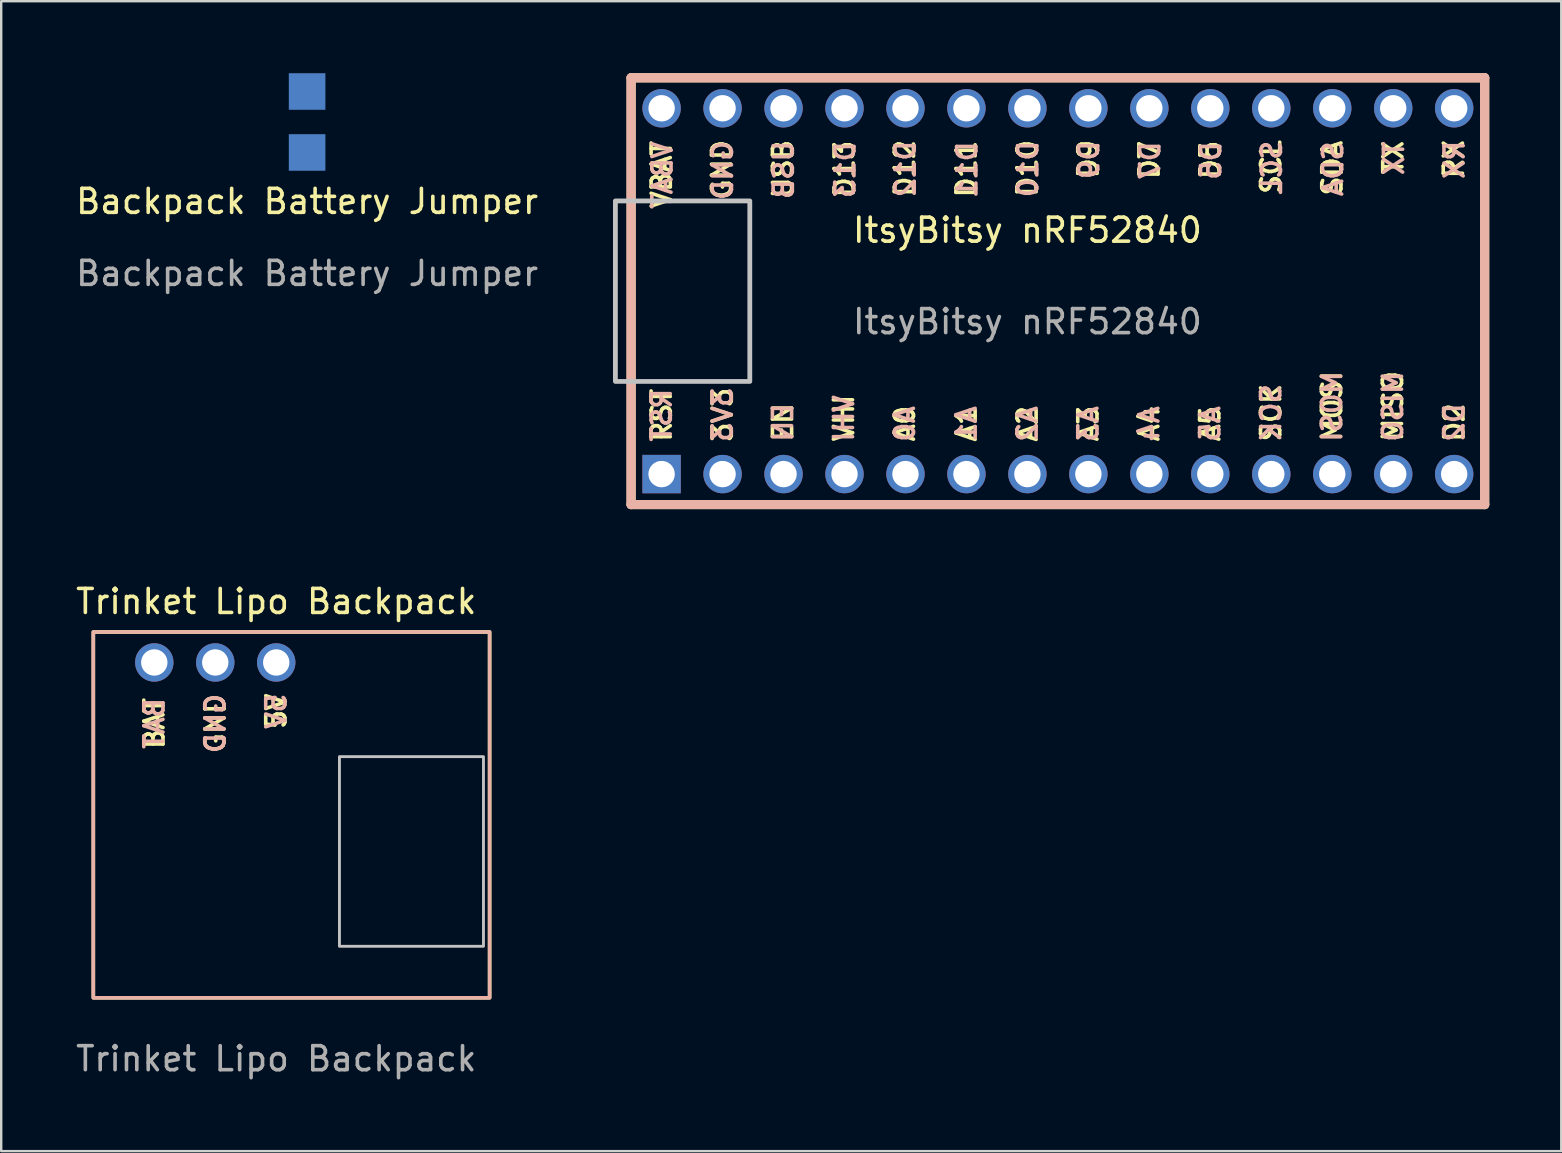
<source format=kicad_pcb>
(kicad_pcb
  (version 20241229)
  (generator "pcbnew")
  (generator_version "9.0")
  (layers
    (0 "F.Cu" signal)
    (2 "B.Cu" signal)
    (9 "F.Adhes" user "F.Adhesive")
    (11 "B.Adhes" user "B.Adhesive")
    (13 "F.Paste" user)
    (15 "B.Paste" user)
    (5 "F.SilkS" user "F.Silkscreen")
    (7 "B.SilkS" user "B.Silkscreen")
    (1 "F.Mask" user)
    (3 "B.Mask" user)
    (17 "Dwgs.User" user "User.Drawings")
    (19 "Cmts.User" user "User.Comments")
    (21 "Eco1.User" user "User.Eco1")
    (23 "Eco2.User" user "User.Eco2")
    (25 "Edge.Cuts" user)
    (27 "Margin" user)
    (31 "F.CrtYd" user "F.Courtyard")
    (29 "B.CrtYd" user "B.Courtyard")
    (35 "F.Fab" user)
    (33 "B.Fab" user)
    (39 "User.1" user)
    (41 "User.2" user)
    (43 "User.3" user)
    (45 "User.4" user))
  (footprint "Trinket Lipo Backpack"
    (layer "F.Cu")
    (at 8.458 32.169)
    (property "Reference" "Trinket Lipo Backpack" (at 0 -10.16 0) (unlocked yes) (layer "F.SilkS") (effects (font (size 1 1) (thickness 0.15))))
    (attr through_hole)
    (fp_rect (start -7.62 -8.89) (end 8.89 6.35) (stroke (width 0.15) (type solid)) (fill no) (layer "F.SilkS"))
    (fp_rect (start 8.89 -8.89) (end -7.62 6.35) (stroke (width 0.15) (type solid)) (fill no) (layer "B.SilkS"))
    (fp_rect (start 8.634 4.204) (end 2.634 -3.696) (stroke (width 0.12) (type solid)) (fill no) (layer "Dwgs.User"))
    (fp_text user "BAT" (at -5.08 -5.08 90) (layer "F.SilkS") (effects (font (size 0.8 0.8) (thickness 0.15))))
    (fp_text user "5V" (at 0 -5.588 90) (layer "F.SilkS") (effects (font (size 0.8 0.8) (thickness 0.15))))
    (fp_text user "GND" (at -2.54 -5.08 90) (layer "F.SilkS") (effects (font (size 0.8 0.8) (thickness 0.15))))
    (fp_text user "GND" (at -2.54 -5.08 90) (layer "B.SilkS") (effects (font (size 0.8 0.8) (thickness 0.15)) (justify mirror)))
    (fp_text user "5V" (at 0 -5.588 90) (layer "B.SilkS") (effects (font (size 0.8 0.8) (thickness 0.15)) (justify mirror)))
    (fp_text user "BAT" (at -5.08 -5.08 90) (layer "B.SilkS") (effects (font (size 0.8 0.8) (thickness 0.15)) (justify mirror)))
    (fp_text user "${REFERENCE}" (at 0 8.89 0) (unlocked yes) (layer "F.Fab") (effects (font (size 1 1) (thickness 0.15))))
    (pad "1" thru_hole circle (at 0 -7.62) (size 1.6 1.6) (drill 1.1) (layers "*.Cu" "*.Mask"))
    (pad "2" thru_hole circle (at -2.54 -7.62) (size 1.6 1.6) (drill 1.1) (layers "*.Cu" "*.Mask"))
    (pad "3" thru_hole circle (at -5.08 -7.62) (size 1.6 1.6) (drill 1.1) (layers "*.Cu" "*.Mask")))
  (footprint "Backpack Battery Jumper"
    (layer "F.Cu")
    (at 9.744 5.842)
    (property "Reference" "Backpack Battery Jumper" (at 0 -0.5 0) (unlocked yes) (layer "F.SilkS") (effects (font (size 1 1) (thickness 0.15))))
    (attr smd)
    (fp_text user "${REFERENCE}" (at 0 2.5 0) (unlocked yes) (layer "F.Fab") (effects (font (size 1 1) (thickness 0.15))))
    (pad "1" smd rect (at 0 -5.08) (size 1.524 1.524) (layers "B.Cu" "B.Mask" "B.Paste"))
    (pad "2" smd rect (at 0 -2.54) (size 1.524 1.524) (layers "B.Cu" "B.Mask" "B.Paste")))
  (footprint "ItsyBitsy nRF52840"
    (layer "F.Cu")
    (at 39.753 7.811)
    (property "Reference" "ItsyBitsy nRF52840" (at 0 -1.27 0) (unlocked yes) (layer "F.SilkS") (effects (font (size 1 1) (thickness 0.15))))
    (attr through_hole)
    (fp_line (start -16.51 -7.62) (end -16.51 10.16) (stroke (width 0.381) (type solid)) (layer "F.SilkS"))
    (fp_line (start -16.51 10.16) (end 19.05 10.16) (stroke (width 0.381) (type solid)) (layer "F.SilkS"))
    (fp_line (start 19.05 -7.62) (end -16.51 -7.62) (stroke (width 0.381) (type solid)) (layer "F.SilkS"))
    (fp_line (start 19.05 10.16) (end 19.05 -7.62) (stroke (width 0.381) (type solid)) (layer "F.SilkS"))
    (fp_line (start -16.51 -7.62) (end 19.05 -7.62) (stroke (width 0.381) (type solid)) (layer "B.SilkS"))
    (fp_line (start -16.51 10.16) (end -16.51 -7.62) (stroke (width 0.381) (type solid)) (layer "B.SilkS"))
    (fp_line (start 19.05 -7.62) (end 19.05 10.16) (stroke (width 0.381) (type solid)) (layer "B.SilkS"))
    (fp_line (start 19.05 10.16) (end -16.51 10.16) (stroke (width 0.381) (type solid)) (layer "B.SilkS"))
    (fp_rect (start -17.165 -2.49) (end -11.565 5.03) (stroke (width 0.2) (type solid)) (fill no) (layer "Dwgs.User"))
    (fp_text user "A1" (at -2.54 7.62 90) (unlocked yes) (layer "F.SilkS") (effects (font (size 0.8 0.8) (thickness 0.15)) (justify left)))
    (fp_text user "3V3" (at -12.7 7.62 90) (unlocked yes) (layer "F.SilkS") (effects (font (size 0.8 0.8) (thickness 0.15)) (justify left)))
    (fp_text user "A3" (at 2.535 7.609 90) (unlocked yes) (layer "F.SilkS") (effects (font (size 0.8 0.8) (thickness 0.15)) (justify left)))
    (fp_text user "A5" (at 7.611 7.609 90) (unlocked yes) (layer "F.SilkS") (effects (font (size 0.8 0.8) (thickness 0.15)) (justify left)))
    (fp_text user "SCK" (at 10.149 7.609 90) (unlocked yes) (layer "F.SilkS") (effects (font (size 0.8 0.8) (thickness 0.15)) (justify left)))
    (fp_text user "D9" (at 2.535 -5.112 90) (unlocked yes) (layer "F.SilkS") (effects (font (size 0.8 0.8) (thickness 0.15)) (justify right)))
    (fp_text user "MISO" (at 15.224 7.609 90) (unlocked yes) (layer "F.SilkS") (effects (font (size 0.8 0.8) (thickness 0.15)) (justify left)))
    (fp_text user "VBAT" (at -15.24 -5.08 90) (unlocked yes) (layer "F.SilkS") (effects (font (size 0.8 0.8) (thickness 0.15)) (justify right)))
    (fp_text user "D12" (at -5.11 -5.112 90) (unlocked yes) (layer "F.SilkS") (effects (font (size 0.8 0.8) (thickness 0.15)) (justify right)))
    (fp_text user "A2" (at 0 7.62 90) (unlocked yes) (layer "F.SilkS") (effects (font (size 0.8 0.8) (thickness 0.15)) (justify left)))
    (fp_text user "D7" (at 5.08 -5.08 90) (unlocked yes) (layer "F.SilkS") (effects (font (size 0.8 0.8) (thickness 0.15)) (justify right)))
    (fp_text user "RST" (at -15.24 7.62 90) (unlocked yes) (layer "F.SilkS") (effects (font (size 0.8 0.8) (thickness 0.15)) (justify left)))
    (fp_text user "USB" (at -10.186 -5.112 90) (unlocked yes) (layer "F.SilkS") (effects (font (size 0.8 0.8) (thickness 0.15)) (justify right)))
    (fp_text user "A0" (at -5.11 7.609 90) (unlocked yes) (layer "F.SilkS") (effects (font (size 0.8 0.8) (thickness 0.15)) (justify left)))
    (fp_text user "MOSI" (at 12.686 7.609 90) (unlocked yes) (layer "F.SilkS") (effects (font (size 0.8 0.8) (thickness 0.15)) (justify left)))
    (fp_text user "D2" (at 17.78 7.62 90) (unlocked yes) (layer "F.SilkS") (effects (font (size 0.8 0.8) (thickness 0.15)) (justify left)))
    (fp_text user "EN" (at -10.186 7.609 90) (unlocked yes) (layer "F.SilkS") (effects (font (size 0.8 0.8) (thickness 0.15)) (justify left)))
    (fp_text user "GND" (at -12.724 -5.112 90) (unlocked yes) (layer "F.SilkS") (effects (font (size 0.8 0.8) (thickness 0.15)) (justify right)))
    (fp_text user "SCL" (at 10.149 -5.112 90) (unlocked yes) (layer "F.SilkS") (effects (font (size 0.8 0.8) (thickness 0.15)) (justify right)))
    (fp_text user "TX" (at 15.24 -5.08 90) (unlocked yes) (layer "F.SilkS") (effects (font (size 0.8 0.8) (thickness 0.15)) (justify right)))
    (fp_text user "RX" (at 17.762 -5.112 90) (unlocked yes) (layer "F.SilkS") (effects (font (size 0.8 0.8) (thickness 0.15)) (justify right)))
    (fp_text user "D13" (at -7.62 -5.08 90) (unlocked yes) (layer "F.SilkS") (effects (font (size 0.8 0.8) (thickness 0.15)) (justify right)))
    (fp_text user "D5" (at 7.62 -5.08 90) (unlocked yes) (layer "F.SilkS") (effects (font (size 0.8 0.8) (thickness 0.15)) (justify right)))
    (fp_text user "SDA" (at 12.7 -5.08 90) (unlocked yes) (layer "F.SilkS") (effects (font (size 0.8 0.8) (thickness 0.15)) (justify right)))
    (fp_text user "D11" (at -2.54 -5.08 90) (unlocked yes) (layer "F.SilkS") (effects (font (size 0.8 0.8) (thickness 0.15)) (justify right)))
    (fp_text user "A4" (at 5.073 7.609 90) (unlocked yes) (layer "F.SilkS") (effects (font (size 0.8 0.8) (thickness 0.15)) (justify left)))
    (fp_text user "D10" (at -0.003 -5.112 90) (unlocked yes) (layer "F.SilkS") (effects (font (size 0.8 0.8) (thickness 0.15)) (justify right)))
    (fp_text user "VHI" (at -7.648 7.609 90) (unlocked yes) (layer "F.SilkS") (effects (font (size 0.8 0.8) (thickness 0.15)) (justify left)))
    (fp_text user "3V3" (at -12.7 7.62 90) (unlocked yes) (layer "B.SilkS") (effects (font (size 0.8 0.8) (thickness 0.15)) (justify right mirror)))
    (fp_text user "A1" (at -2.54 7.62 90) (unlocked yes) (layer "B.SilkS") (effects (font (size 0.8 0.8) (thickness 0.15)) (justify right mirror)))
    (fp_text user "VBAT" (at -15.21 -5.048 90) (unlocked yes) (layer "B.SilkS") (effects (font (size 0.8 0.8) (thickness 0.15)) (justify left mirror)))
    (fp_text user "USB" (at -10.156 -5.08 90) (unlocked yes) (layer "B.SilkS") (effects (font (size 0.8 0.8) (thickness 0.15)) (justify left mirror)))
    (fp_text user "D10" (at 0.028 -5.08 90) (unlocked yes) (layer "B.SilkS") (effects (font (size 0.8 0.8) (thickness 0.15)) (justify left mirror)))
    (fp_text user "A5" (at 7.611 7.62 90) (unlocked yes) (layer "B.SilkS") (effects (font (size 0.8 0.8) (thickness 0.15)) (justify right mirror)))
    (fp_text user "A3" (at 2.535 7.62 90) (unlocked yes) (layer "B.SilkS") (effects (font (size 0.8 0.8) (thickness 0.15)) (justify right mirror)))
    (fp_text user "SDA" (at 12.73 -5.048 90) (unlocked yes) (layer "B.SilkS") (effects (font (size 0.8 0.8) (thickness 0.15)) (justify left mirror)))
    (fp_text user "MISO" (at 15.224 7.62 90) (unlocked yes) (layer "B.SilkS") (effects (font (size 0.8 0.8) (thickness 0.15)) (justify right mirror)))
    (fp_text user "A2" (at 0 7.62 90) (unlocked yes) (layer "B.SilkS") (effects (font (size 0.8 0.8) (thickness 0.15)) (justify right mirror)))
    (fp_text user "MOSI" (at 12.686 7.62 90) (unlocked yes) (layer "B.SilkS") (effects (font (size 0.8 0.8) (thickness 0.15)) (justify right mirror)))
    (fp_text user "D13" (at -7.59 -5.048 90) (unlocked yes) (layer "B.SilkS") (effects (font (size 0.8 0.8) (thickness 0.15)) (justify left mirror)))
    (fp_text user "GND" (at -12.693 -5.08 90) (unlocked yes) (layer "B.SilkS") (effects (font (size 0.8 0.8) (thickness 0.15)) (justify left mirror)))
    (fp_text user "D7" (at 5.11 -5.048 90) (unlocked yes) (layer "B.SilkS") (effects (font (size 0.8 0.8) (thickness 0.15)) (justify left mirror)))
    (fp_text user "EN" (at -10.186 7.62 90) (unlocked yes) (layer "B.SilkS") (effects (font (size 0.8 0.8) (thickness 0.15)) (justify right mirror)))
    (fp_text user "D9" (at 2.566 -5.08 90) (unlocked yes) (layer "B.SilkS") (effects (font (size 0.8 0.8) (thickness 0.15)) (justify left mirror)))
    (fp_text user "D2" (at 17.78 7.62 90) (unlocked yes) (layer "B.SilkS") (effects (font (size 0.8 0.8) (thickness 0.15)) (justify right mirror)))
    (fp_text user "VHI" (at -7.648 7.62 90) (unlocked yes) (layer "B.SilkS") (effects (font (size 0.8 0.8) (thickness 0.15)) (justify right mirror)))
    (fp_text user "D12" (at -5.08 -5.08 90) (unlocked yes) (layer "B.SilkS") (effects (font (size 0.8 0.8) (thickness 0.15)) (justify left mirror)))
    (fp_text user "SCL" (at 10.179 -5.08 90) (unlocked yes) (layer "B.SilkS") (effects (font (size 0.8 0.8) (thickness 0.15)) (justify left mirror)))
    (fp_text user "SCK" (at 10.149 7.62 90) (unlocked yes) (layer "B.SilkS") (effects (font (size 0.8 0.8) (thickness 0.15)) (justify right mirror)))
    (fp_text user "A4" (at 5.073 7.62 90) (unlocked yes) (layer "B.SilkS") (effects (font (size 0.8 0.8) (thickness 0.15)) (justify right mirror)))
    (fp_text user "TX" (at 15.27 -5.048 90) (unlocked yes) (layer "B.SilkS") (effects (font (size 0.8 0.8) (thickness 0.15)) (justify left mirror)))
    (fp_text user "RX" (at 17.792 -5.08 90) (unlocked yes) (layer "B.SilkS") (effects (font (size 0.8 0.8) (thickness 0.15)) (justify left mirror)))
    (fp_text user "RST" (at -15.24 7.62 90) (unlocked yes) (layer "B.SilkS") (effects (font (size 0.8 0.8) (thickness 0.15)) (justify right mirror)))
    (fp_text user "A0" (at -5.11 7.62 90) (unlocked yes) (layer "B.SilkS") (effects (font (size 0.8 0.8) (thickness 0.15)) (justify right mirror)))
    (fp_text user "D11" (at -2.51 -5.048 90) (unlocked yes) (layer "B.SilkS") (effects (font (size 0.8 0.8) (thickness 0.15)) (justify left mirror)))
    (fp_text user "D5" (at 7.65 -5.048 90) (unlocked yes) (layer "B.SilkS") (effects (font (size 0.8 0.8) (thickness 0.15)) (justify left mirror)))
    (fp_text user "${REFERENCE}" (at 0 2.54 0) (unlocked yes) (layer "F.Fab") (effects (font (size 1 1) (thickness 0.15))))
    (pad "1" thru_hole rect (at -15.24 8.89) (size 1.6 1.6) (drill 1.1) (layers "*.Cu" "*.Mask"))
    (pad "2" thru_hole circle (at -12.7 8.89) (size 1.6 1.6) (drill 1.1) (layers "*.Cu" "*.Mask"))
    (pad "3" thru_hole circle (at -10.16 8.89) (size 1.6 1.6) (drill 1.1) (layers "*.Cu" "*.Mask"))
    (pad "4" thru_hole circle (at -7.62 8.89) (size 1.6 1.6) (drill 1.1) (layers "*.Cu" "*.Mask"))
    (pad "5" thru_hole circle (at -5.08 8.89) (size 1.6 1.6) (drill 1.1) (layers "*.Cu" "*.Mask"))
    (pad "6" thru_hole circle (at -2.54 8.89) (size 1.6 1.6) (drill 1.1) (layers "*.Cu" "*.Mask"))
    (pad "7" thru_hole circle (at 0 8.89) (size 1.6 1.6) (drill 1.1) (layers "*.Cu" "*.Mask"))
    (pad "8" thru_hole circle (at 2.54 8.89) (size 1.6 1.6) (drill 1.1) (layers "*.Cu" "*.Mask"))
    (pad "9" thru_hole circle (at 5.08 8.89) (size 1.6 1.6) (drill 1.1) (layers "*.Cu" "*.Mask"))
    (pad "10" thru_hole circle (at 7.62 8.89) (size 1.6 1.6) (drill 1.1) (layers "*.Cu" "*.Mask"))
    (pad "11" thru_hole circle (at 10.16 8.89) (size 1.6 1.6) (drill 1.1) (layers "*.Cu" "*.Mask"))
    (pad "12" thru_hole circle (at 12.7 8.89) (size 1.6 1.6) (drill 1.1) (layers "*.Cu" "*.Mask"))
    (pad "13" thru_hole circle (at 15.24 8.89) (size 1.6 1.6) (drill 1.1) (layers "*.Cu" "*.Mask"))
    (pad "14" thru_hole circle (at 17.78 8.89) (size 1.6 1.6) (drill 1.1) (layers "*.Cu" "*.Mask"))
    (pad "15" thru_hole circle (at 17.78 -6.35) (size 1.6 1.6) (drill 1.1) (layers "*.Cu" "*.Mask"))
    (pad "16" thru_hole circle (at 15.24 -6.35) (size 1.6 1.6) (drill 1.1) (layers "*.Cu" "*.Mask"))
    (pad "17" thru_hole circle (at 12.7 -6.35) (size 1.6 1.6) (drill 1.1) (layers "*.Cu" "*.Mask"))
    (pad "18" thru_hole circle (at 10.16 -6.35) (size 1.6 1.6) (drill 1.1) (layers "*.Cu" "*.Mask"))
    (pad "19" thru_hole circle (at 7.62 -6.35) (size 1.6 1.6) (drill 1.1) (layers "*.Cu" "*.Mask"))
    (pad "20" thru_hole circle (at 5.08 -6.35) (size 1.6 1.6) (drill 1.1) (layers "*.Cu" "*.Mask"))
    (pad "21" thru_hole circle (at 2.54 -6.35) (size 1.6 1.6) (drill 1.1) (layers "*.Cu" "*.Mask"))
    (pad "22" thru_hole circle (at 0 -6.35) (size 1.6 1.6) (drill 1.1) (layers "*.Cu" "*.Mask"))
    (pad "23" thru_hole circle (at -2.54 -6.35) (size 1.6 1.6) (drill 1.1) (layers "*.Cu" "*.Mask"))
    (pad "24" thru_hole circle (at -5.08 -6.35) (size 1.6 1.6) (drill 1.1) (layers "*.Cu" "*.Mask"))
    (pad "25" thru_hole circle (at -7.62 -6.35) (size 1.6 1.6) (drill 1.1) (layers "*.Cu" "*.Mask"))
    (pad "26" thru_hole circle (at -10.16 -6.35) (size 1.6 1.6) (drill 1.1) (layers "*.Cu" "*.Mask"))
    (pad "27" thru_hole circle (at -12.7 -6.35) (size 1.6 1.6) (drill 1.1) (layers "*.Cu" "*.Mask"))
    (pad "28" thru_hole circle (at -15.24 -6.35) (size 1.6 1.6) (drill 1.1) (layers "*.Cu" "*.Mask")))
  (gr_rect
    (start -3 -3)
    (end 61.994 44.907)
    (stroke (width 0.1) (type default))
    (fill no)
    (layer "Edge.Cuts")))
</source>
